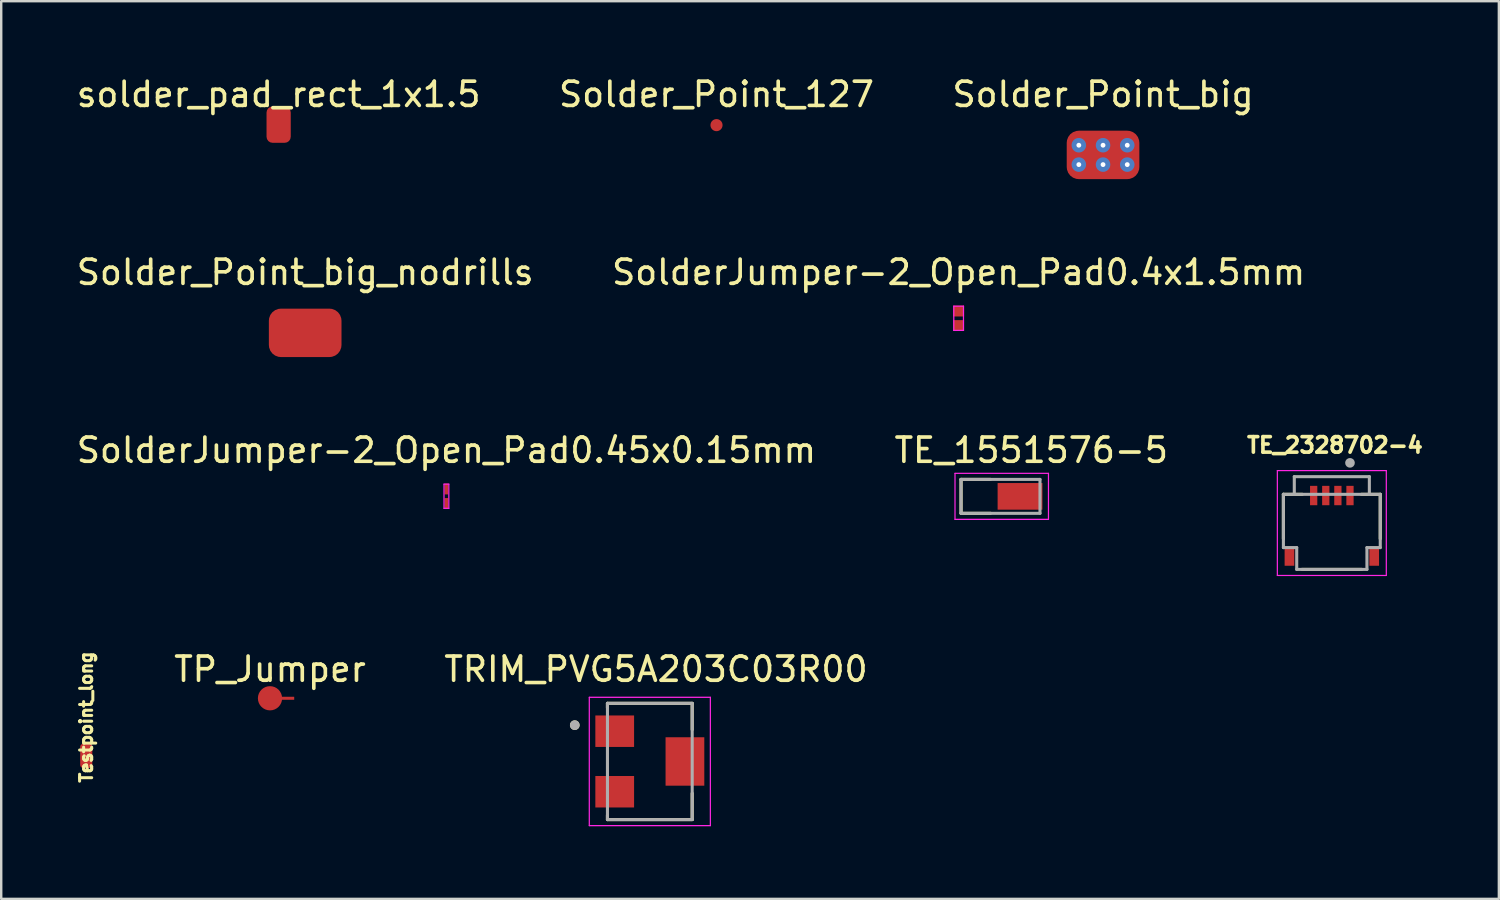
<source format=kicad_pcb>
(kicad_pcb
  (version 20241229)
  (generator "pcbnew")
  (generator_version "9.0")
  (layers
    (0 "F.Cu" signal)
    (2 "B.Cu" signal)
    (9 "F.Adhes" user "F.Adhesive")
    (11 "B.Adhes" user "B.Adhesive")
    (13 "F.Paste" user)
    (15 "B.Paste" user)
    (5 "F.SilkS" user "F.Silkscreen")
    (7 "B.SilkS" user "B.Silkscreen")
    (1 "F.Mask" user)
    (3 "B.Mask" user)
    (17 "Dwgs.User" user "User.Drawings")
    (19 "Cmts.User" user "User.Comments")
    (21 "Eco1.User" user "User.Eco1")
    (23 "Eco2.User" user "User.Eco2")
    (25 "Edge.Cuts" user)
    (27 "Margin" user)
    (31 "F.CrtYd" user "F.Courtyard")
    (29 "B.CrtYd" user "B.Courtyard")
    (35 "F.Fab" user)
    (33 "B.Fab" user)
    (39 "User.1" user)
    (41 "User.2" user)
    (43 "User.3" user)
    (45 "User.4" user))
  (footprint "SolderJumper-2_Open_Pad0.4x1.5mm"
    (layer "F.Cu")
    (at 36.542 9.996)
    (property "Reference" "SolderJumper-2_Open_Pad0.4x1.5mm" (at 0 -1.8 0) (layer "F.SilkS") (effects (font (size 1 1) (thickness 0.15))))
    (attr exclude_from_pos_files exclude_from_bom)
    (fp_line (start -0.2 -0.4) (end -0.2 0.6) (stroke (width 0.05) (type solid)) (layer "F.CrtYd"))
    (fp_line (start -0.2 -0.4) (end 0.2 -0.4) (stroke (width 0.05) (type solid)) (layer "F.CrtYd"))
    (fp_line (start 0.2 0.6) (end -0.2 0.6) (stroke (width 0.05) (type solid)) (layer "F.CrtYd"))
    (fp_line (start 0.2 0.6) (end 0.2 -0.4) (stroke (width 0.05) (type solid)) (layer "F.CrtYd"))
    (pad "1" smd rect (at 0 0.4) (size 0.45 0.45) (layers "F.Cu" "F.Mask"))
    (pad "2" smd rect (at 0 -0.2) (size 0.45 0.45) (layers "F.Cu" "F.Mask")))
  (footprint "TP_Jumper"
    (layer "F.Cu")
    (at 8.101 25.789)
    (property "Reference" "TP_Jumper" (at 0 -1.2 0) (unlocked yes) (layer "F.SilkS") (effects (font (size 1 1) (thickness 0.15))))
    (attr smd)
    (fp_line (start 0.4 0) (end 0.7 0) (stroke (width 0.2) (type default)) (layer "F.Mask"))
    (pad "1" smd circle (at 0 0) (size 1 1) (property pad_prop_testpoint) (layers "F.Cu" "F.Mask"))
    (pad "2" smd rect (at 0.7 0) (size 0.6 0.125) (property pad_prop_testpoint) (layers "F.Cu"))
    (zone (net_name "") (layer "F.Cu") (hatch edge 0.5) (connect_pads) (min_thickness 0.25) (filled_areas_thickness no) (keepout (tracks allowed) (vias allowed) (pads allowed) (copperpour not_allowed) (footprints allowed)) (placement (enabled no)) (fill) (polygon (pts (xy 8.501 25.589) (xy 8.501 25.989) (xy 8.901 25.989) (xy 8.901 25.589)))))
  (footprint "SolderJumper-2_Open_Pad0.45x0.15mm"
    (layer "F.Cu")
    (at 15.387 17.345)
    (property "Reference" "SolderJumper-2_Open_Pad0.45x0.15mm" (at 0 -1.8 0) (layer "F.SilkS") (effects (font (size 1 1) (thickness 0.15))))
    (attr exclude_from_pos_files exclude_from_bom)
    (fp_line (start -0.1 -0.4) (end -0.1 0.6) (stroke (width 0.05) (type solid)) (layer "F.CrtYd"))
    (fp_line (start -0.1 -0.4) (end 0.1 -0.4) (stroke (width 0.05) (type solid)) (layer "F.CrtYd"))
    (fp_line (start 0.1 0.6) (end -0.1 0.6) (stroke (width 0.05) (type solid)) (layer "F.CrtYd"))
    (fp_line (start 0.1 0.6) (end 0.1 -0.4) (stroke (width 0.05) (type solid)) (layer "F.CrtYd"))
    (pad "1" smd rect (at 0 0.4) (size 0.15 0.45) (layers "F.Cu" "F.Mask"))
    (pad "2" smd rect (at 0 -0.2) (size 0.15 0.45) (layers "F.Cu" "F.Mask")))
  (footprint "Solder_Point_127"
    (layer "F.Cu")
    (at 26.542 2.118)
    (property "Reference" "Solder_Point_127" (at 0 -1.27 0) (unlocked yes) (layer "F.SilkS") (effects (font (size 1 1) (thickness 0.15))))
    (attr smd)
    (pad "1" smd circle (at 0 0) (size 0.5 0.5) (property pad_prop_testpoint) (layers "F.Cu" "F.Mask")))
  (footprint "Solder_Point_big"
    (layer "F.Cu")
    (at 42.506 3.348)
    (property "Reference" "Solder_Point_big" (at 0 -2.5 0) (unlocked yes) (layer "F.SilkS") (effects (font (size 1 1) (thickness 0.15))))
    (attr smd)
    (pad "1" thru_hole circle (at -1 -0.4) (size 0.6 0.6) (drill 0.2) (layers "*.Cu") (remove_unused_layers yes) (keep_end_layers yes) (zone_layer_connections))
    (pad "1" thru_hole circle (at -1 0.4) (size 0.6 0.6) (drill 0.2) (layers "*.Cu") (remove_unused_layers yes) (keep_end_layers yes) (zone_layer_connections))
    (pad "1" thru_hole circle (at 0 -0.4) (size 0.6 0.6) (drill 0.2) (layers "*.Cu") (remove_unused_layers yes) (keep_end_layers yes) (zone_layer_connections))
    (pad "1" smd roundrect (at 0 0 90) (size 2 3) (layers "F.Cu" "F.Mask") (roundrect_rratio 0.25))
    (pad "1" thru_hole circle (at 0 0.4) (size 0.6 0.6) (drill 0.2) (layers "*.Cu") (remove_unused_layers yes) (keep_end_layers yes) (zone_layer_connections))
    (pad "1" thru_hole circle (at 1 -0.4) (size 0.6 0.6) (drill 0.2) (layers "*.Cu") (remove_unused_layers yes) (keep_end_layers yes) (zone_layer_connections))
    (pad "1" thru_hole circle (at 1 0.4) (size 0.6 0.6) (drill 0.2) (layers "*.Cu") (remove_unused_layers yes) (keep_end_layers yes) (zone_layer_connections)))
  (footprint "TE_1551576-5"
    (layer "F.Cu")
    (at 38.272 17.45)
    (property "Reference" "TE_1551576-5" (at 1.27 -1.905 0) (layer "F.SilkS") (effects (font (size 1 1) (thickness 0.15))))
    (attr smd)
    (fp_line (start -1.63 -0.7) (end -0.415 -0.7) (stroke (width 0.127) (type solid)) (layer "F.SilkS"))
    (fp_line (start -1.63 0.7) (end -1.63 -0.7) (stroke (width 0.127) (type solid)) (layer "F.SilkS"))
    (fp_line (start -0.415 0.7) (end -1.63 0.7) (stroke (width 0.127) (type solid)) (layer "F.SilkS"))
    (fp_line (start -1.88 -0.95) (end -1.88 0.95) (stroke (width 0.05) (type solid)) (layer "F.CrtYd"))
    (fp_line (start -1.88 0.95) (end 1.98 0.95) (stroke (width 0.05) (type solid)) (layer "F.CrtYd"))
    (fp_line (start 1.98 -0.95) (end -1.88 -0.95) (stroke (width 0.05) (type solid)) (layer "F.CrtYd"))
    (fp_line (start 1.98 0.95) (end 1.98 -0.95) (stroke (width 0.05) (type solid)) (layer "F.CrtYd"))
    (fp_line (start -1.63 -0.7) (end 1.63 -0.7) (stroke (width 0.127) (type solid)) (layer "F.Fab"))
    (fp_line (start -1.63 0.7) (end -1.63 -0.7) (stroke (width 0.127) (type solid)) (layer "F.Fab"))
    (fp_line (start 1.63 -0.7) (end 1.63 0.7) (stroke (width 0.127) (type solid)) (layer "F.Fab"))
    (fp_line (start 1.63 0.7) (end -1.63 0.7) (stroke (width 0.127) (type solid)) (layer "F.Fab"))
    (pad "1" smd rect (at 0.805 0) (size 1.85 1.1) (layers "F.Cu" "F.Mask" "F.Paste")))
  (footprint "TRIM_PVG5A203C03R00"
    (layer "F.Cu")
    (at 23.788 28.399)
    (property "Reference" "TRIM_PVG5A203C03R00" (at 0.254 -3.81 0) (layer "F.SilkS") (effects (font (size 1 1) (thickness 0.15))))
    (attr smd)
    (fp_line (start -1.75 -2.4) (end -1.75 -2.215) (stroke (width 0.127) (type solid)) (layer "F.SilkS"))
    (fp_line (start -1.75 2.215) (end -1.75 2.4) (stroke (width 0.127) (type solid)) (layer "F.SilkS"))
    (fp_line (start -1.75 2.4) (end 1.75 2.4) (stroke (width 0.127) (type solid)) (layer "F.SilkS"))
    (fp_line (start 1.75 -2.4) (end -1.75 -2.4) (stroke (width 0.127) (type solid)) (layer "F.SilkS"))
    (fp_line (start 1.75 -1.315) (end 1.75 -2.4) (stroke (width 0.127) (type solid)) (layer "F.SilkS"))
    (fp_line (start 1.75 2.4) (end 1.75 1.315) (stroke (width 0.127) (type solid)) (layer "F.SilkS"))
    (fp_circle (center -3.1 -1.5) (end -3 -1.5) (stroke (width 0.2) (type solid)) (fill no) (layer "F.SilkS"))
    (fp_line (start -2.5 -2.65) (end 2.5 -2.65) (stroke (width 0.05) (type solid)) (layer "F.CrtYd"))
    (fp_line (start -2.5 2.65) (end -2.5 -2.65) (stroke (width 0.05) (type solid)) (layer "F.CrtYd"))
    (fp_line (start 2.5 -2.65) (end 2.5 2.65) (stroke (width 0.05) (type solid)) (layer "F.CrtYd"))
    (fp_line (start 2.5 2.65) (end -2.5 2.65) (stroke (width 0.05) (type solid)) (layer "F.CrtYd"))
    (fp_line (start -1.75 -2.4) (end 1.75 -2.4) (stroke (width 0.127) (type solid)) (layer "F.Fab"))
    (fp_line (start -1.75 2.4) (end -1.75 -2.4) (stroke (width 0.127) (type solid)) (layer "F.Fab"))
    (fp_line (start 1.75 -2.4) (end 1.75 2.4) (stroke (width 0.127) (type solid)) (layer "F.Fab"))
    (fp_line (start 1.75 2.4) (end -1.75 2.4) (stroke (width 0.127) (type solid)) (layer "F.Fab"))
    (fp_circle (center -3.1 -1.5) (end -3 -1.5) (stroke (width 0.2) (type solid)) (fill no) (layer "F.Fab"))
    (pad "1" smd rect (at -1.45 -1.25 270) (size 1.3 1.6) (layers "F.Cu" "F.Mask" "F.Paste"))
    (pad "2" smd rect (at 1.45 0 270) (size 2 1.6) (layers "F.Cu" "F.Mask" "F.Paste"))
    (pad "3" smd rect (at -1.45 1.25 270) (size 1.3 1.6) (layers "F.Cu" "F.Mask" "F.Paste")))
  (footprint "TE_2328702-4"
    (layer "F.Cu")
    (at 51.955 18.916)
    (property "Reference" "TE_2328702-4" (at 0.127 -3.581 0) (layer "F.SilkS") (effects (font (size 0.64 0.64) (thickness 0.15))))
    (attr smd)
    (fp_line (start -2 -1.55) (end -2 0.285) (stroke (width 0.127) (type solid)) (layer "F.SilkS"))
    (fp_line (start -1.235 1.55) (end 1.235 1.55) (stroke (width 0.127) (type solid)) (layer "F.SilkS"))
    (fp_line (start -1.22 -1.55) (end -2 -1.55) (stroke (width 0.127) (type solid)) (layer "F.SilkS"))
    (fp_line (start 1.22 -1.55) (end 2 -1.55) (stroke (width 0.127) (type solid)) (layer "F.SilkS"))
    (fp_line (start 2 -1.55) (end 2 0.285) (stroke (width 0.127) (type solid)) (layer "F.SilkS"))
    (fp_line (start -2.25 -2.53) (end 2.25 -2.53) (stroke (width 0.05) (type solid)) (layer "F.CrtYd"))
    (fp_line (start -2.25 1.8) (end -2.25 -2.53) (stroke (width 0.05) (type solid)) (layer "F.CrtYd"))
    (fp_line (start 2.25 -2.53) (end 2.25 1.8) (stroke (width 0.05) (type solid)) (layer "F.CrtYd"))
    (fp_line (start 2.25 1.8) (end -2.25 1.8) (stroke (width 0.05) (type solid)) (layer "F.CrtYd"))
    (fp_line (start -2 -1.55) (end -1.55 -1.55) (stroke (width 0.127) (type solid)) (layer "F.Fab"))
    (fp_line (start -2 0.65) (end -2 -1.55) (stroke (width 0.127) (type solid)) (layer "F.Fab"))
    (fp_line (start -1.55 -2.28) (end 1.55 -2.28) (stroke (width 0.127) (type solid)) (layer "F.Fab"))
    (fp_line (start -1.55 -1.55) (end -1.55 -2.28) (stroke (width 0.127) (type solid)) (layer "F.Fab"))
    (fp_line (start -1.55 -1.55) (end 1.55 -1.55) (stroke (width 0.127) (type solid)) (layer "F.Fab"))
    (fp_line (start -1.45 0.65) (end -2 0.65) (stroke (width 0.127) (type solid)) (layer "F.Fab"))
    (fp_line (start -1.45 1.55) (end -1.45 0.65) (stroke (width 0.127) (type solid)) (layer "F.Fab"))
    (fp_line (start 1.45 0.65) (end 1.45 1.55) (stroke (width 0.127) (type solid)) (layer "F.Fab"))
    (fp_line (start 1.45 1.55) (end -1.45 1.55) (stroke (width 0.127) (type solid)) (layer "F.Fab"))
    (fp_line (start 1.55 -2.28) (end 1.55 -1.55) (stroke (width 0.127) (type solid)) (layer "F.Fab"))
    (fp_line (start 1.55 -1.55) (end 2 -1.55) (stroke (width 0.127) (type solid)) (layer "F.Fab"))
    (fp_line (start 2 -1.55) (end 2 0.65) (stroke (width 0.127) (type solid)) (layer "F.Fab"))
    (fp_line (start 2 0.65) (end 1.45 0.65) (stroke (width 0.127) (type solid)) (layer "F.Fab"))
    (fp_circle (center 0.75 -2.85) (end 0.85 -2.85) (stroke (width 0.2) (type solid)) (fill no) (layer "F.Fab"))
    (pad "1" smd rect (at 0.75 -1.5) (size 0.3 0.8) (layers "F.Cu" "F.Mask" "F.Paste"))
    (pad "2" smd rect (at 0.25 -1.5) (size 0.3 0.8) (layers "F.Cu" "F.Mask" "F.Paste"))
    (pad "3" smd rect (at -0.25 -1.5) (size 0.3 0.8) (layers "F.Cu" "F.Mask" "F.Paste"))
    (pad "4" smd rect (at -0.75 -1.5) (size 0.3 0.8) (layers "F.Cu" "F.Mask" "F.Paste"))
    (pad "S1" smd rect (at 1.75 1) (size 0.4 0.8) (layers "F.Cu" "F.Mask" "F.Paste"))
    (pad "S2" smd rect (at -1.75 1) (size 0.4 0.8) (layers "F.Cu" "F.Mask" "F.Paste")))
  (footprint "Testpoint_long"
    (layer "F.Cu")
    (at 0.512 28.169)
    (property "Reference" "Testpoint_long" (at 0 -1.6 90) (unlocked yes) (layer "F.SilkS") (effects (font (size 0.5 0.5) (thickness 0.125))))
    (attr smd)
    (pad "1" smd roundrect (at 0 0) (size 0.5 1) (layers "F.Cu" "F.Mask") (roundrect_rratio 0.25)))
  (footprint "Solder_Point_big_nodrills"
    (layer "F.Cu")
    (at 9.554 10.697)
    (property "Reference" "Solder_Point_big_nodrills" (at 0 -2.5 0) (unlocked yes) (layer "F.SilkS") (effects (font (size 1 1) (thickness 0.15))))
    (attr smd)
    (pad "1" smd roundrect (at 0 0 90) (size 2 3) (layers "F.Cu" "F.Mask") (roundrect_rratio 0.25)))
  (footprint "solder_pad_rect_1x1.5"
    (layer "F.Cu")
    (at 8.458 2.098)
    (property "Reference" "solder_pad_rect_1x1.5" (at 0 -1.25 0) (unlocked yes) (layer "F.SilkS") (effects (font (size 1 1) (thickness 0.15))))
    (attr smd)
    (pad "1" smd roundrect (at 0 0) (size 1 1.5) (layers "F.Cu" "F.Mask") (roundrect_rratio 0.25)))
  (gr_rect
    (start -3 -3)
    (end 58.854 34.074)
    (stroke (width 0.1) (type default))
    (fill no)
    (layer "Edge.Cuts")))
</source>
